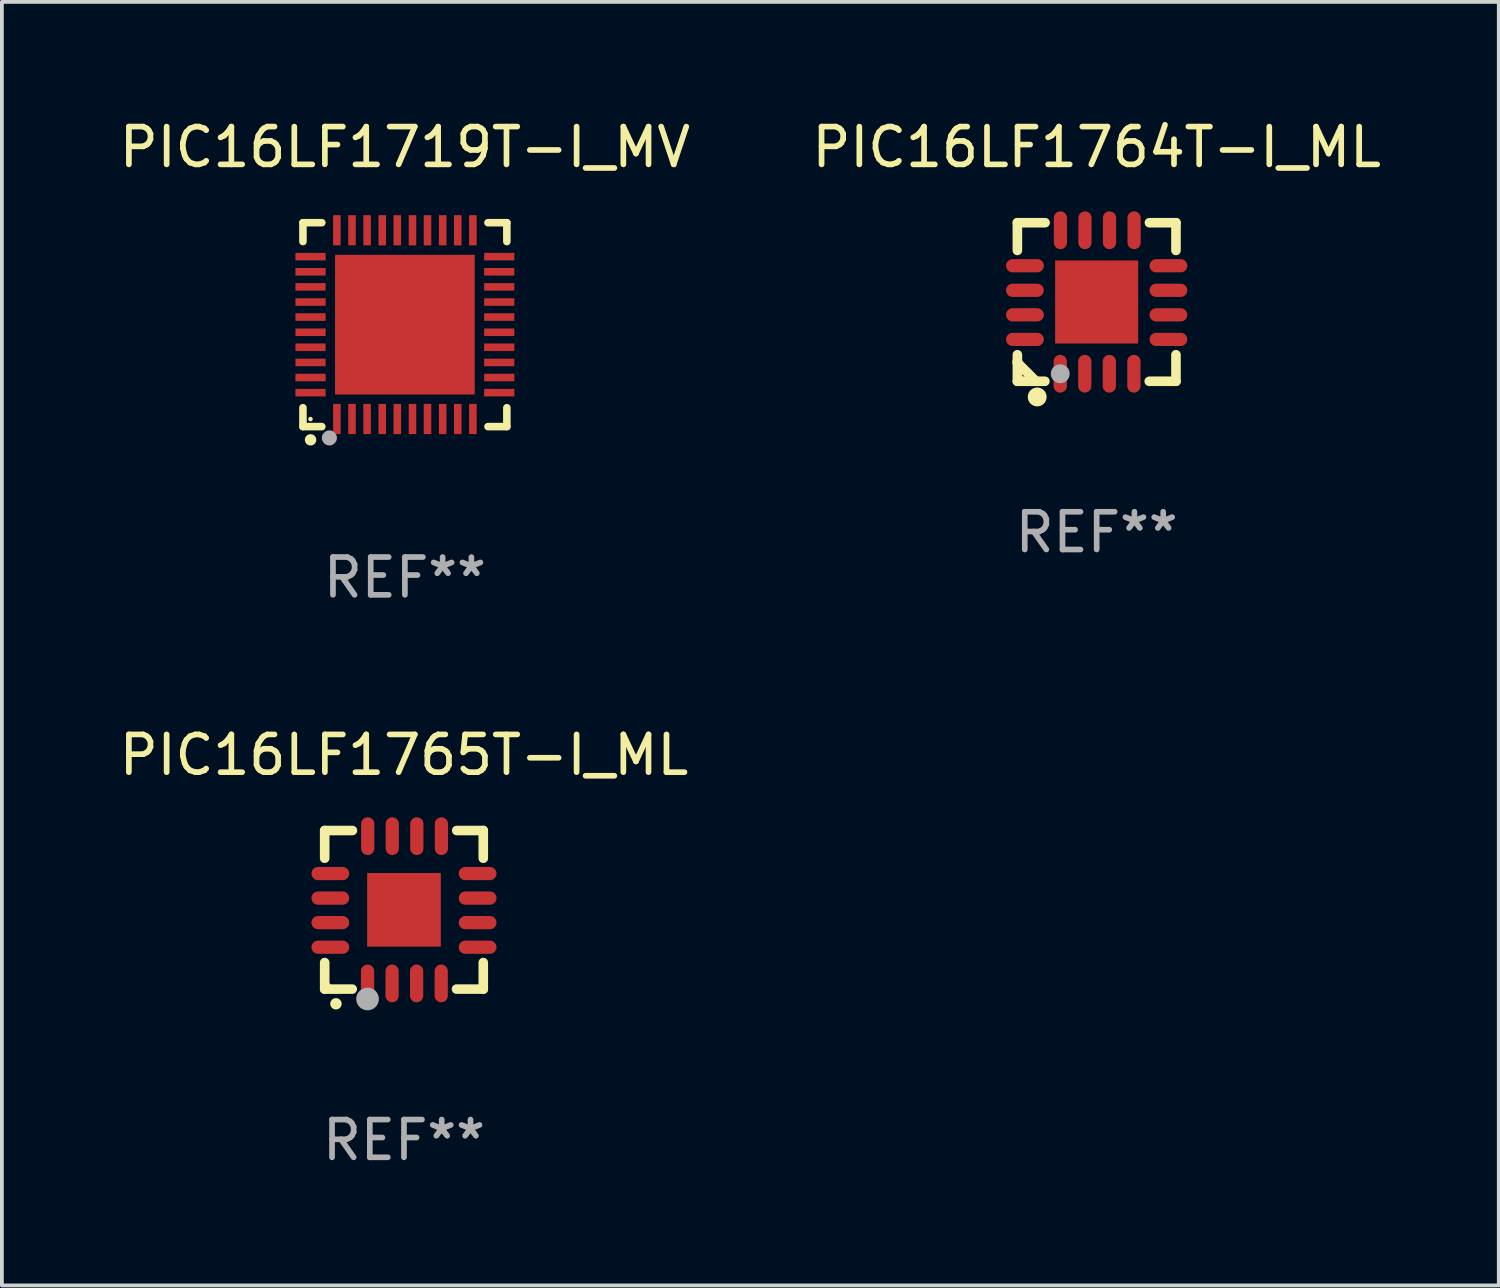
<source format=kicad_pcb>
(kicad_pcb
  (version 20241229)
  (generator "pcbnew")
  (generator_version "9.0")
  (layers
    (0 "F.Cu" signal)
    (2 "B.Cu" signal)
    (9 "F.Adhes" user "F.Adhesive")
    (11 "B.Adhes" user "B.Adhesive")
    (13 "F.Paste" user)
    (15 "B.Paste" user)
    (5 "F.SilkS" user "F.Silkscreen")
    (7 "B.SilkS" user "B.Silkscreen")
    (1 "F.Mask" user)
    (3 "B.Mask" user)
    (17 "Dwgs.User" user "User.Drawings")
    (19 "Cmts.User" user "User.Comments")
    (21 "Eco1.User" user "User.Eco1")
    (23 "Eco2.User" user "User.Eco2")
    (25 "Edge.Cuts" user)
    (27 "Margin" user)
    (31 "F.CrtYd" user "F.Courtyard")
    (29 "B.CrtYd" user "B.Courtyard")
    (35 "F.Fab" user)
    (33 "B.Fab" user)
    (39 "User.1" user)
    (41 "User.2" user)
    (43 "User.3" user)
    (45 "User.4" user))
  (footprint "PIC16LF1719T-I_MV"
    (layer "F.Cu")
    (at 7.673 5.548)
    (property "Reference" "PIC16LF1719T-I_MV" (at 0 -4.7 0) (layer "F.SilkS") (effects (font (size 1 1) (thickness 0.15))))
    (attr through_hole)
    (fp_line (start -2.7 -2.7) (end -2.7 -2.2) (stroke (width 0.2) (type solid)) (layer "F.SilkS"))
    (fp_line (start -2.7 2.7) (end -2.7 2.2) (stroke (width 0.2) (type solid)) (layer "F.SilkS"))
    (fp_line (start -2.2 -2.7) (end -2.7 -2.7) (stroke (width 0.2) (type solid)) (layer "F.SilkS"))
    (fp_line (start -2.2 2.7) (end -2.7 2.7) (stroke (width 0.2) (type solid)) (layer "F.SilkS"))
    (fp_line (start 2.7 -2.7) (end 2.2 -2.7) (stroke (width 0.2) (type solid)) (layer "F.SilkS"))
    (fp_line (start 2.7 -2.2) (end 2.7 -2.7) (stroke (width 0.2) (type solid)) (layer "F.SilkS"))
    (fp_line (start 2.7 2.2) (end 2.7 2.7) (stroke (width 0.2) (type solid)) (layer "F.SilkS"))
    (fp_line (start 2.7 2.7) (end 2.2 2.7) (stroke (width 0.2) (type solid)) (layer "F.SilkS"))
    (fp_arc (start -2.499365 3.050546) (mid -2.498095 3.050541) (end -2.496825 3.050546) (stroke (width 0.3) (type solid)) (layer "F.SilkS"))
    (fp_circle (center -2.5 2.5) (end -2.47 2.5) (stroke (width 0.06) (type solid)) (fill no) (layer "F.SilkS"))
    (fp_circle (center -2 3) (end -1.9 3) (stroke (width 0.2) (type solid)) (fill no) (layer "F.Fab"))
    (fp_text user "REF**" (at 0 6.7 0) (layer "F.Fab") (effects (font (size 1 1) (thickness 0.15))))
    (pad "1" smd rect (at -1.801 2.499) (size 0.2 0.8) (layers "F.Cu" "F.Mask" "F.Paste"))
    (pad "2" smd rect (at -1.4 2.499) (size 0.2 0.8) (layers "F.Cu" "F.Mask" "F.Paste"))
    (pad "3" smd rect (at -1.001 2.499) (size 0.2 0.8) (layers "F.Cu" "F.Mask" "F.Paste"))
    (pad "4" smd rect (at -0.599 2.499) (size 0.2 0.8) (layers "F.Cu" "F.Mask" "F.Paste"))
    (pad "5" smd rect (at -0.201 2.499) (size 0.2 0.8) (layers "F.Cu" "F.Mask" "F.Paste"))
    (pad "6" smd rect (at 0.201 2.499) (size 0.2 0.8) (layers "F.Cu" "F.Mask" "F.Paste"))
    (pad "7" smd rect (at 0.599 2.499) (size 0.2 0.8) (layers "F.Cu" "F.Mask" "F.Paste"))
    (pad "8" smd rect (at 1.001 2.499) (size 0.2 0.8) (layers "F.Cu" "F.Mask" "F.Paste"))
    (pad "9" smd rect (at 1.4 2.499) (size 0.2 0.8) (layers "F.Cu" "F.Mask" "F.Paste"))
    (pad "10" smd rect (at 1.801 2.499) (size 0.2 0.8) (layers "F.Cu" "F.Mask" "F.Paste"))
    (pad "11" smd rect (at 2.499 1.801) (size 0.8 0.2) (layers "F.Cu" "F.Mask" "F.Paste"))
    (pad "12" smd rect (at 2.499 1.4) (size 0.8 0.2) (layers "F.Cu" "F.Mask" "F.Paste"))
    (pad "13" smd rect (at 2.499 1.001) (size 0.8 0.2) (layers "F.Cu" "F.Mask" "F.Paste"))
    (pad "14" smd rect (at 2.499 0.599) (size 0.8 0.2) (layers "F.Cu" "F.Mask" "F.Paste"))
    (pad "15" smd rect (at 2.499 0.201) (size 0.8 0.2) (layers "F.Cu" "F.Mask" "F.Paste"))
    (pad "16" smd rect (at 2.499 -0.201) (size 0.8 0.2) (layers "F.Cu" "F.Mask" "F.Paste"))
    (pad "17" smd rect (at 2.499 -0.599) (size 0.8 0.2) (layers "F.Cu" "F.Mask" "F.Paste"))
    (pad "18" smd rect (at 2.499 -1.001) (size 0.8 0.2) (layers "F.Cu" "F.Mask" "F.Paste"))
    (pad "19" smd rect (at 2.499 -1.4) (size 0.8 0.2) (layers "F.Cu" "F.Mask" "F.Paste"))
    (pad "20" smd rect (at 2.499 -1.801) (size 0.8 0.2) (layers "F.Cu" "F.Mask" "F.Paste"))
    (pad "21" smd rect (at 1.801 -2.499) (size 0.2 0.8) (layers "F.Cu" "F.Mask" "F.Paste"))
    (pad "22" smd rect (at 1.4 -2.499) (size 0.2 0.8) (layers "F.Cu" "F.Mask" "F.Paste"))
    (pad "23" smd rect (at 1.001 -2.499) (size 0.2 0.8) (layers "F.Cu" "F.Mask" "F.Paste"))
    (pad "24" smd rect (at 0.599 -2.499) (size 0.2 0.8) (layers "F.Cu" "F.Mask" "F.Paste"))
    (pad "25" smd rect (at 0.201 -2.499) (size 0.2 0.8) (layers "F.Cu" "F.Mask" "F.Paste"))
    (pad "26" smd rect (at -0.201 -2.499) (size 0.2 0.8) (layers "F.Cu" "F.Mask" "F.Paste"))
    (pad "27" smd rect (at -0.599 -2.499) (size 0.2 0.8) (layers "F.Cu" "F.Mask" "F.Paste"))
    (pad "28" smd rect (at -1.001 -2.499) (size 0.2 0.8) (layers "F.Cu" "F.Mask" "F.Paste"))
    (pad "29" smd rect (at -1.4 -2.499) (size 0.2 0.8) (layers "F.Cu" "F.Mask" "F.Paste"))
    (pad "30" smd rect (at -1.801 -2.499) (size 0.2 0.8) (layers "F.Cu" "F.Mask" "F.Paste"))
    (pad "31" smd rect (at -2.499 -1.801) (size 0.8 0.2) (layers "F.Cu" "F.Mask" "F.Paste"))
    (pad "32" smd rect (at -2.499 -1.4) (size 0.8 0.2) (layers "F.Cu" "F.Mask" "F.Paste"))
    (pad "33" smd rect (at -2.499 -1.001) (size 0.8 0.2) (layers "F.Cu" "F.Mask" "F.Paste"))
    (pad "34" smd rect (at -2.499 -0.599) (size 0.8 0.2) (layers "F.Cu" "F.Mask" "F.Paste"))
    (pad "35" smd rect (at -2.499 -0.201) (size 0.8 0.2) (layers "F.Cu" "F.Mask" "F.Paste"))
    (pad "36" smd rect (at -2.499 0.201) (size 0.8 0.2) (layers "F.Cu" "F.Mask" "F.Paste"))
    (pad "37" smd rect (at -2.499 0.599) (size 0.8 0.2) (layers "F.Cu" "F.Mask" "F.Paste"))
    (pad "38" smd rect (at -2.499 1.001) (size 0.8 0.2) (layers "F.Cu" "F.Mask" "F.Paste"))
    (pad "39" smd rect (at -2.499 1.4) (size 0.8 0.2) (layers "F.Cu" "F.Mask" "F.Paste"))
    (pad "40" smd rect (at -2.499 1.801) (size 0.8 0.2) (layers "F.Cu" "F.Mask" "F.Paste"))
    (pad "41" smd rect (at 0 0) (size 3.7 3.7) (layers "F.Cu" "F.Mask" "F.Paste")))
  (footprint "PIC16LF1765T-I_ML"
    (layer "F.Cu")
    (at 7.649 21.045)
    (property "Reference" "PIC16LF1765T-I_ML" (at 0 -4.1 0) (layer "F.SilkS") (effects (font (size 1 1) (thickness 0.15))))
    (attr through_hole)
    (fp_line (start -2.1 -2.1) (end -1.366 -2.1) (stroke (width 0.254) (type solid)) (layer "F.SilkS"))
    (fp_line (start -2.1 -1.366) (end -2.1 -2.1) (stroke (width 0.254) (type solid)) (layer "F.SilkS"))
    (fp_line (start -2.1 2.1) (end -2.1 1.397) (stroke (width 0.254) (type solid)) (layer "F.SilkS"))
    (fp_line (start -2.1 2.1) (end -1.371 2.1) (stroke (width 0.254) (type solid)) (layer "F.SilkS"))
    (fp_line (start 1.392 2.1) (end 2.1 2.1) (stroke (width 0.254) (type solid)) (layer "F.SilkS"))
    (fp_line (start 1.397 -2.1) (end 2.1 -2.1) (stroke (width 0.254) (type solid)) (layer "F.SilkS"))
    (fp_line (start 2.1 -1.366) (end 2.1 -2.1) (stroke (width 0.254) (type solid)) (layer "F.SilkS"))
    (fp_line (start 2.1 2.1) (end 2.1 1.397) (stroke (width 0.254) (type solid)) (layer "F.SilkS"))
    (fp_arc (start -1.803404 2.489205) (mid -1.802134 2.4892) (end -1.800864 2.489205) (stroke (width 0.3) (type solid)) (layer "F.SilkS"))
    (fp_circle (center -2 2) (end -1.97 2) (stroke (width 0.06) (type solid)) (fill no) (layer "F.SilkS"))
    (fp_circle (center -0.965 2.362) (end -0.815 2.362) (stroke (width 0.3) (type solid)) (fill no) (layer "F.Fab"))
    (fp_text user "REF**" (at 0 6.1 0) (layer "F.Fab") (effects (font (size 1 1) (thickness 0.15))))
    (pad "1" smd oval (at -0.965 1.95) (size 0.35 1) (layers "F.Cu" "F.Mask" "F.Paste"))
    (pad "2" smd oval (at -0.315 1.95) (size 0.35 1) (layers "F.Cu" "F.Mask" "F.Paste"))
    (pad "3" smd oval (at 0.335 1.95) (size 0.35 1) (layers "F.Cu" "F.Mask" "F.Paste"))
    (pad "4" smd oval (at 0.986 1.95) (size 0.35 1) (layers "F.Cu" "F.Mask" "F.Paste"))
    (pad "5" smd oval (at 1.95 0.991) (size 1 0.35) (layers "F.Cu" "F.Mask" "F.Paste"))
    (pad "6" smd oval (at 1.95 0.34) (size 1 0.35) (layers "F.Cu" "F.Mask" "F.Paste"))
    (pad "7" smd oval (at 1.95 -0.31) (size 1 0.35) (layers "F.Cu" "F.Mask" "F.Paste"))
    (pad "8" smd oval (at 1.95 -0.96) (size 1 0.35) (layers "F.Cu" "F.Mask" "F.Paste"))
    (pad "9" smd oval (at 0.991 -1.95) (size 0.35 1) (layers "F.Cu" "F.Mask" "F.Paste"))
    (pad "10" smd oval (at 0.34 -1.95) (size 0.35 1) (layers "F.Cu" "F.Mask" "F.Paste"))
    (pad "11" smd oval (at -0.31 -1.95) (size 0.35 1) (layers "F.Cu" "F.Mask" "F.Paste"))
    (pad "12" smd oval (at -0.96 -1.95) (size 0.35 1) (layers "F.Cu" "F.Mask" "F.Paste"))
    (pad "13" smd oval (at -1.95 -0.96) (size 1 0.35) (layers "F.Cu" "F.Mask" "F.Paste"))
    (pad "14" smd oval (at -1.95 -0.31) (size 1 0.35) (layers "F.Cu" "F.Mask" "F.Paste"))
    (pad "15" smd oval (at -1.95 0.34) (size 1 0.35) (layers "F.Cu" "F.Mask" "F.Paste"))
    (pad "16" smd oval (at -1.95 0.991) (size 1 0.35) (layers "F.Cu" "F.Mask" "F.Paste"))
    (pad "17" smd rect (at 0 0) (size 1.95 1.95) (layers "F.Cu" "F.Mask" "F.Paste")))
  (footprint "PIC16LF1764T-I_ML"
    (layer "F.Cu")
    (at 25.994 4.948)
    (property "Reference" "PIC16LF1764T-I_ML" (at 0 -4.1 0) (layer "F.SilkS") (effects (font (size 1 1) (thickness 0.15))))
    (attr through_hole)
    (fp_line (start -2.1 -2.1) (end -1.366 -2.1) (stroke (width 0.254) (type solid)) (layer "F.SilkS"))
    (fp_line (start -2.1 -1.366) (end -2.1 -2.1) (stroke (width 0.254) (type solid)) (layer "F.SilkS"))
    (fp_line (start -2.1 1.572) (end -2.1 1.607) (stroke (width 0.254) (type solid)) (layer "F.SilkS"))
    (fp_line (start -2.1 1.607) (end -1.607 2.1) (stroke (width 0.254) (type solid)) (layer "F.SilkS"))
    (fp_line (start -2.1 2.1) (end -2.1 1.397) (stroke (width 0.254) (type solid)) (layer "F.SilkS"))
    (fp_line (start -2.1 2.1) (end -1.371 2.1) (stroke (width 0.254) (type solid)) (layer "F.SilkS"))
    (fp_line (start 1.392 2.1) (end 2.1 2.1) (stroke (width 0.254) (type solid)) (layer "F.SilkS"))
    (fp_line (start 1.397 -2.1) (end 2.1 -2.1) (stroke (width 0.254) (type solid)) (layer "F.SilkS"))
    (fp_line (start 2.1 -1.366) (end 2.1 -2.1) (stroke (width 0.254) (type solid)) (layer "F.SilkS"))
    (fp_line (start 2.1 2.1) (end 2.1 1.397) (stroke (width 0.254) (type solid)) (layer "F.SilkS"))
    (fp_circle (center -2 2) (end -1.97 2) (stroke (width 0.06) (type solid)) (fill no) (layer "F.SilkS"))
    (fp_circle (center -1.575 2.515) (end -1.45 2.515) (stroke (width 0.25) (type solid)) (fill no) (layer "F.SilkS"))
    (fp_circle (center -0.965 1.9) (end -0.84 1.9) (stroke (width 0.25) (type solid)) (fill no) (layer "F.Fab"))
    (fp_text user "REF**" (at 0 6.1 0) (layer "F.Fab") (effects (font (size 1 1) (thickness 0.15))))
    (pad "1" smd oval (at -0.965 1.9) (size 0.35 1) (layers "F.Cu" "F.Mask" "F.Paste"))
    (pad "2" smd oval (at -0.315 1.9) (size 0.35 1) (layers "F.Cu" "F.Mask" "F.Paste"))
    (pad "3" smd oval (at 0.335 1.9) (size 0.35 1) (layers "F.Cu" "F.Mask" "F.Paste"))
    (pad "4" smd oval (at 0.986 1.9) (size 0.35 1) (layers "F.Cu" "F.Mask" "F.Paste"))
    (pad "5" smd oval (at 1.9 0.991) (size 1 0.35) (layers "F.Cu" "F.Mask" "F.Paste"))
    (pad "6" smd oval (at 1.9 0.34) (size 1 0.35) (layers "F.Cu" "F.Mask" "F.Paste"))
    (pad "7" smd oval (at 1.9 -0.31) (size 1 0.35) (layers "F.Cu" "F.Mask" "F.Paste"))
    (pad "8" smd oval (at 1.9 -0.96) (size 1 0.35) (layers "F.Cu" "F.Mask" "F.Paste"))
    (pad "9" smd oval (at 0.991 -1.9) (size 0.35 1) (layers "F.Cu" "F.Mask" "F.Paste"))
    (pad "10" smd oval (at 0.34 -1.9) (size 0.35 1) (layers "F.Cu" "F.Mask" "F.Paste"))
    (pad "11" smd oval (at -0.31 -1.9) (size 0.35 1) (layers "F.Cu" "F.Mask" "F.Paste"))
    (pad "12" smd oval (at -0.96 -1.9) (size 0.35 1) (layers "F.Cu" "F.Mask" "F.Paste"))
    (pad "13" smd oval (at -1.9 -0.96) (size 1 0.35) (layers "F.Cu" "F.Mask" "F.Paste"))
    (pad "14" smd oval (at -1.9 -0.31) (size 1 0.35) (layers "F.Cu" "F.Mask" "F.Paste"))
    (pad "15" smd oval (at -1.9 0.34) (size 1 0.35) (layers "F.Cu" "F.Mask" "F.Paste"))
    (pad "16" smd oval (at -1.9 0.991) (size 1 0.35) (layers "F.Cu" "F.Mask" "F.Paste"))
    (pad "17" smd rect (at 0 0) (size 2.2 2.2) (layers "F.Cu" "F.Mask" "F.Paste")))
  (gr_rect
    (start -3 -3)
    (end 36.643 30.993)
    (stroke (width 0.1) (type default))
    (fill no)
    (layer "Edge.Cuts")))
</source>
